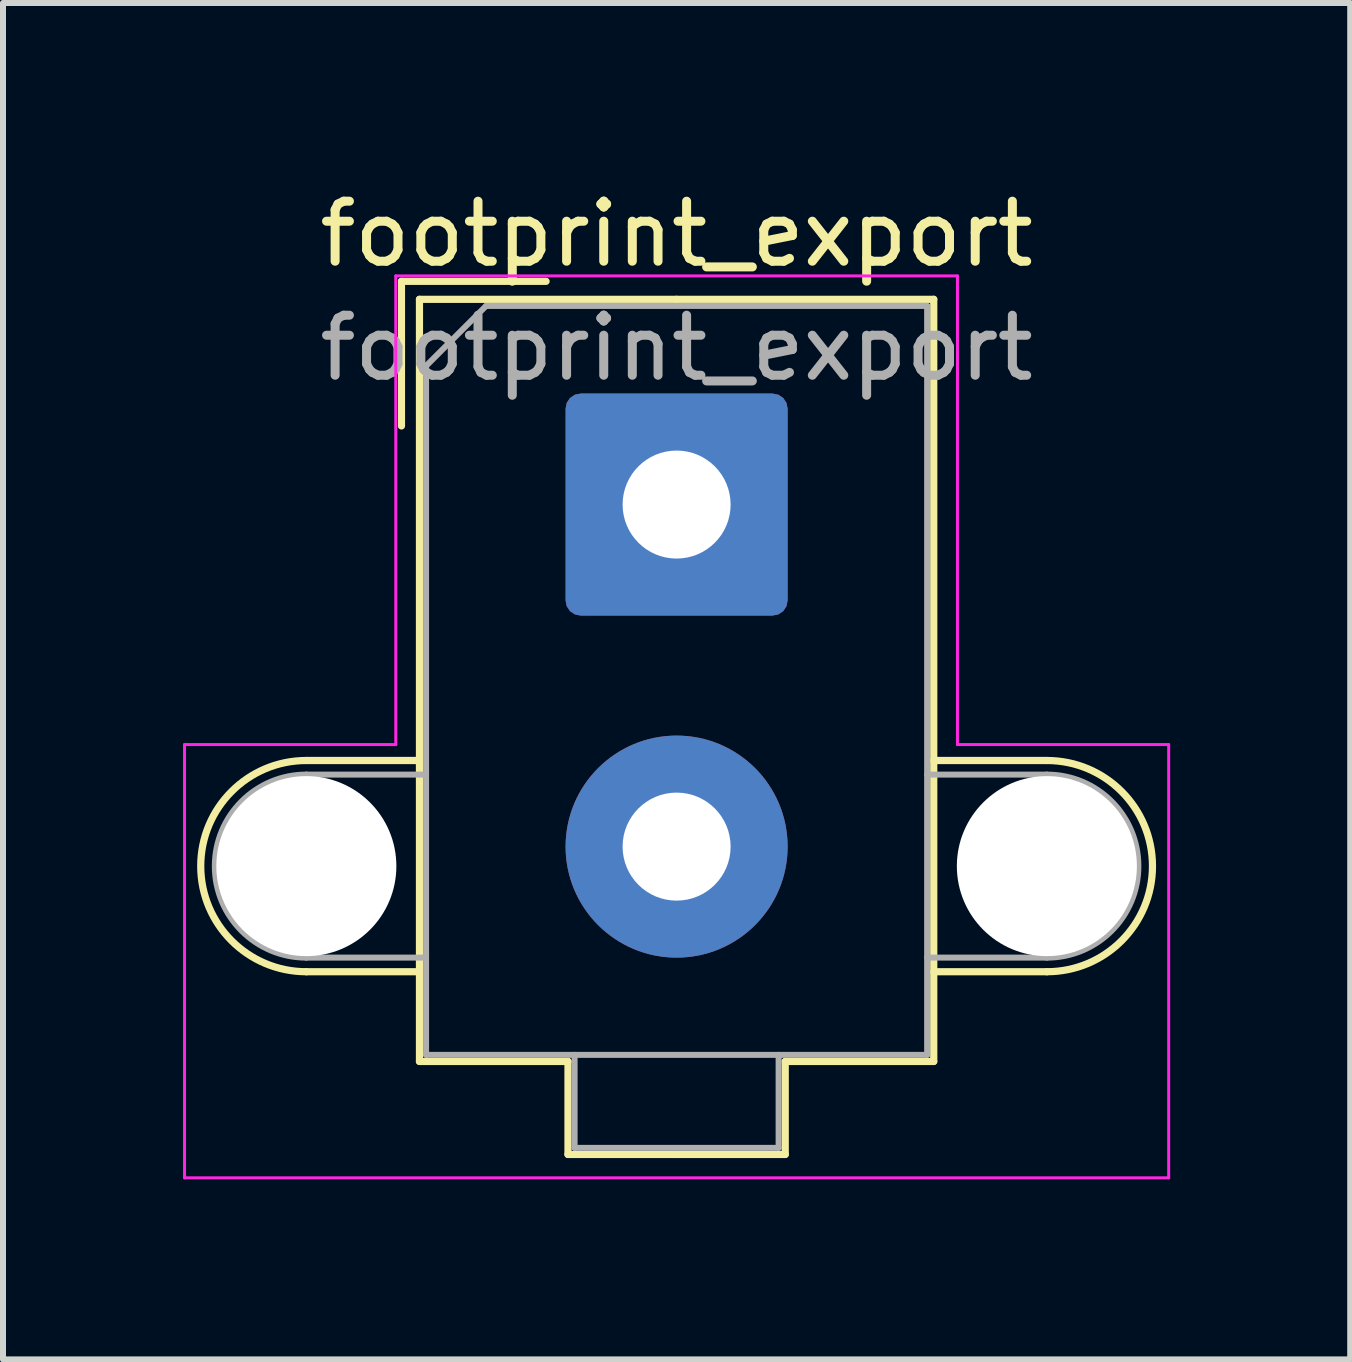
<source format=kicad_pcb>
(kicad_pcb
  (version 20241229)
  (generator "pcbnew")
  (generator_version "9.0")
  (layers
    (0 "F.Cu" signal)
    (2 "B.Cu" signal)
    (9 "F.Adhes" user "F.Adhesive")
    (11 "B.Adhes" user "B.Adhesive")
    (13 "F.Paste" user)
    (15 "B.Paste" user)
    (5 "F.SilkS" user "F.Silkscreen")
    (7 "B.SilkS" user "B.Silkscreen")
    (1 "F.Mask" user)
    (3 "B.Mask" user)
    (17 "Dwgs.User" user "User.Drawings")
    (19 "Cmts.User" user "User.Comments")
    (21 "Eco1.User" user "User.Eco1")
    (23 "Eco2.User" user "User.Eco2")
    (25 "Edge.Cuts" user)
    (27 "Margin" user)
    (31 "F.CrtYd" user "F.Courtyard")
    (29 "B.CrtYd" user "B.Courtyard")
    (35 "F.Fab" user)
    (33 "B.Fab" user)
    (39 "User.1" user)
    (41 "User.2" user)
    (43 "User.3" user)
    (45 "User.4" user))
  (footprint "footprint_export"
    (layer "F.Cu")
    (at 8.225 5.358)
    (property "Reference" "footprint_export" (at 0 -4.51 0) (layer "F.SilkS") (effects (font (size 1 1) (thickness 0.15))))
    (attr through_hole)
    (fp_line (start -6.17 4.265) (end -4.285 4.265) (stroke (width 0.12) (type solid)) (layer "F.SilkS"))
    (fp_line (start -6.17 7.785) (end -4.285 7.785) (stroke (width 0.12) (type solid)) (layer "F.SilkS"))
    (fp_line (start -4.585 -3.72) (end -2.175 -3.72) (stroke (width 0.12) (type solid)) (layer "F.SilkS"))
    (fp_line (start -4.585 -1.31) (end -4.585 -3.72) (stroke (width 0.12) (type solid)) (layer "F.SilkS"))
    (fp_line (start -4.285 -3.42) (end -4.285 9.28) (stroke (width 0.12) (type solid)) (layer "F.SilkS"))
    (fp_line (start -4.285 9.28) (end -1.81 9.28) (stroke (width 0.12) (type solid)) (layer "F.SilkS"))
    (fp_line (start -1.81 9.28) (end -1.81 10.83) (stroke (width 0.12) (type solid)) (layer "F.SilkS"))
    (fp_line (start -1.81 10.83) (end 0 10.83) (stroke (width 0.12) (type solid)) (layer "F.SilkS"))
    (fp_line (start 0 -3.42) (end -4.285 -3.42) (stroke (width 0.12) (type solid)) (layer "F.SilkS"))
    (fp_line (start 0 -3.42) (end 4.285 -3.42) (stroke (width 0.12) (type solid)) (layer "F.SilkS"))
    (fp_line (start 1.81 9.28) (end 1.81 10.83) (stroke (width 0.12) (type solid)) (layer "F.SilkS"))
    (fp_line (start 1.81 10.83) (end 0 10.83) (stroke (width 0.12) (type solid)) (layer "F.SilkS"))
    (fp_line (start 4.285 -3.42) (end 4.285 9.28) (stroke (width 0.12) (type solid)) (layer "F.SilkS"))
    (fp_line (start 4.285 9.28) (end 1.81 9.28) (stroke (width 0.12) (type solid)) (layer "F.SilkS"))
    (fp_line (start 6.17 4.265) (end 4.285 4.265) (stroke (width 0.12) (type solid)) (layer "F.SilkS"))
    (fp_line (start 6.17 7.785) (end 4.285 7.785) (stroke (width 0.12) (type solid)) (layer "F.SilkS"))
    (fp_arc (start -6.17 7.785) (mid -7.93 6.025) (end -6.17 4.265) (stroke (width 0.12) (type solid)) (layer "F.SilkS"))
    (fp_arc (start 6.17 4.265) (mid 7.93 6.025) (end 6.17 7.785) (stroke (width 0.12) (type solid)) (layer "F.SilkS"))
    (fp_line (start -8.2 4) (end -8.2 11.22) (stroke (width 0.05) (type solid)) (layer "F.CrtYd"))
    (fp_line (start -8.2 11.22) (end 8.2 11.22) (stroke (width 0.05) (type solid)) (layer "F.CrtYd"))
    (fp_line (start -4.68 -3.81) (end -4.68 4) (stroke (width 0.05) (type solid)) (layer "F.CrtYd"))
    (fp_line (start -4.68 4) (end -8.2 4) (stroke (width 0.05) (type solid)) (layer "F.CrtYd"))
    (fp_line (start 4.68 -3.81) (end -4.68 -3.81) (stroke (width 0.05) (type solid)) (layer "F.CrtYd"))
    (fp_line (start 4.68 4) (end 4.68 -3.81) (stroke (width 0.05) (type solid)) (layer "F.CrtYd"))
    (fp_line (start 8.2 4) (end 4.68 4) (stroke (width 0.05) (type solid)) (layer "F.CrtYd"))
    (fp_line (start 8.2 11.22) (end 8.2 4) (stroke (width 0.05) (type solid)) (layer "F.CrtYd"))
    (fp_line (start -6.17 4.5) (end -4.175 4.5) (stroke (width 0.1) (type solid)) (layer "F.Fab"))
    (fp_line (start -6.17 7.55) (end -4.175 7.55) (stroke (width 0.1) (type solid)) (layer "F.Fab"))
    (fp_line (start -4.175 -2.31) (end -4.175 9.17) (stroke (width 0.1) (type solid)) (layer "F.Fab"))
    (fp_line (start -4.175 9.17) (end 4.175 9.17) (stroke (width 0.1) (type solid)) (layer "F.Fab"))
    (fp_line (start -3.175 -3.31) (end -4.175 -2.31) (stroke (width 0.1) (type solid)) (layer "F.Fab"))
    (fp_line (start -1.7 9.17) (end -1.7 10.72) (stroke (width 0.1) (type solid)) (layer "F.Fab"))
    (fp_line (start -1.7 10.72) (end 1.7 10.72) (stroke (width 0.1) (type solid)) (layer "F.Fab"))
    (fp_line (start 1.7 10.72) (end 1.7 9.17) (stroke (width 0.1) (type solid)) (layer "F.Fab"))
    (fp_line (start 4.175 -3.31) (end -3.175 -3.31) (stroke (width 0.1) (type solid)) (layer "F.Fab"))
    (fp_line (start 4.175 9.17) (end 4.175 -3.31) (stroke (width 0.1) (type solid)) (layer "F.Fab"))
    (fp_line (start 6.17 4.5) (end 4.175 4.5) (stroke (width 0.1) (type solid)) (layer "F.Fab"))
    (fp_line (start 6.17 7.55) (end 4.175 7.55) (stroke (width 0.1) (type solid)) (layer "F.Fab"))
    (fp_arc (start -6.17 7.55) (mid -7.695 6.025) (end -6.17 4.5) (stroke (width 0.1) (type solid)) (layer "F.Fab"))
    (fp_arc (start 6.17 4.5) (mid 7.695 6.025) (end 6.17 7.55) (stroke (width 0.1) (type solid)) (layer "F.Fab"))
    (fp_text user "${REFERENCE}" (at 0 -2.61 0) (layer "F.Fab") (effects (font (size 1 1) (thickness 0.15))))
    (pad "" np_thru_hole circle (at -6.17 6.025) (size 3 3) (drill 3) (layers "*.Cu" "*.Mask"))
    (pad "" np_thru_hole circle (at 6.17 6.025) (size 3 3) (drill 3) (layers "*.Cu" "*.Mask"))
    (pad "1" thru_hole roundrect (at 0 0) (size 3.7 3.7) (drill 1.8) (layers "*.Cu" "*.Mask") (roundrect_rratio 0.068))
    (pad "2" thru_hole circle (at 0 5.7) (size 3.7 3.7) (drill 1.8) (layers "*.Cu" "*.Mask")))
  (gr_rect
    (start -3 -3)
    (end 19.45 19.603)
    (stroke (width 0.1) (type default))
    (fill no)
    (layer "Edge.Cuts")))
</source>
